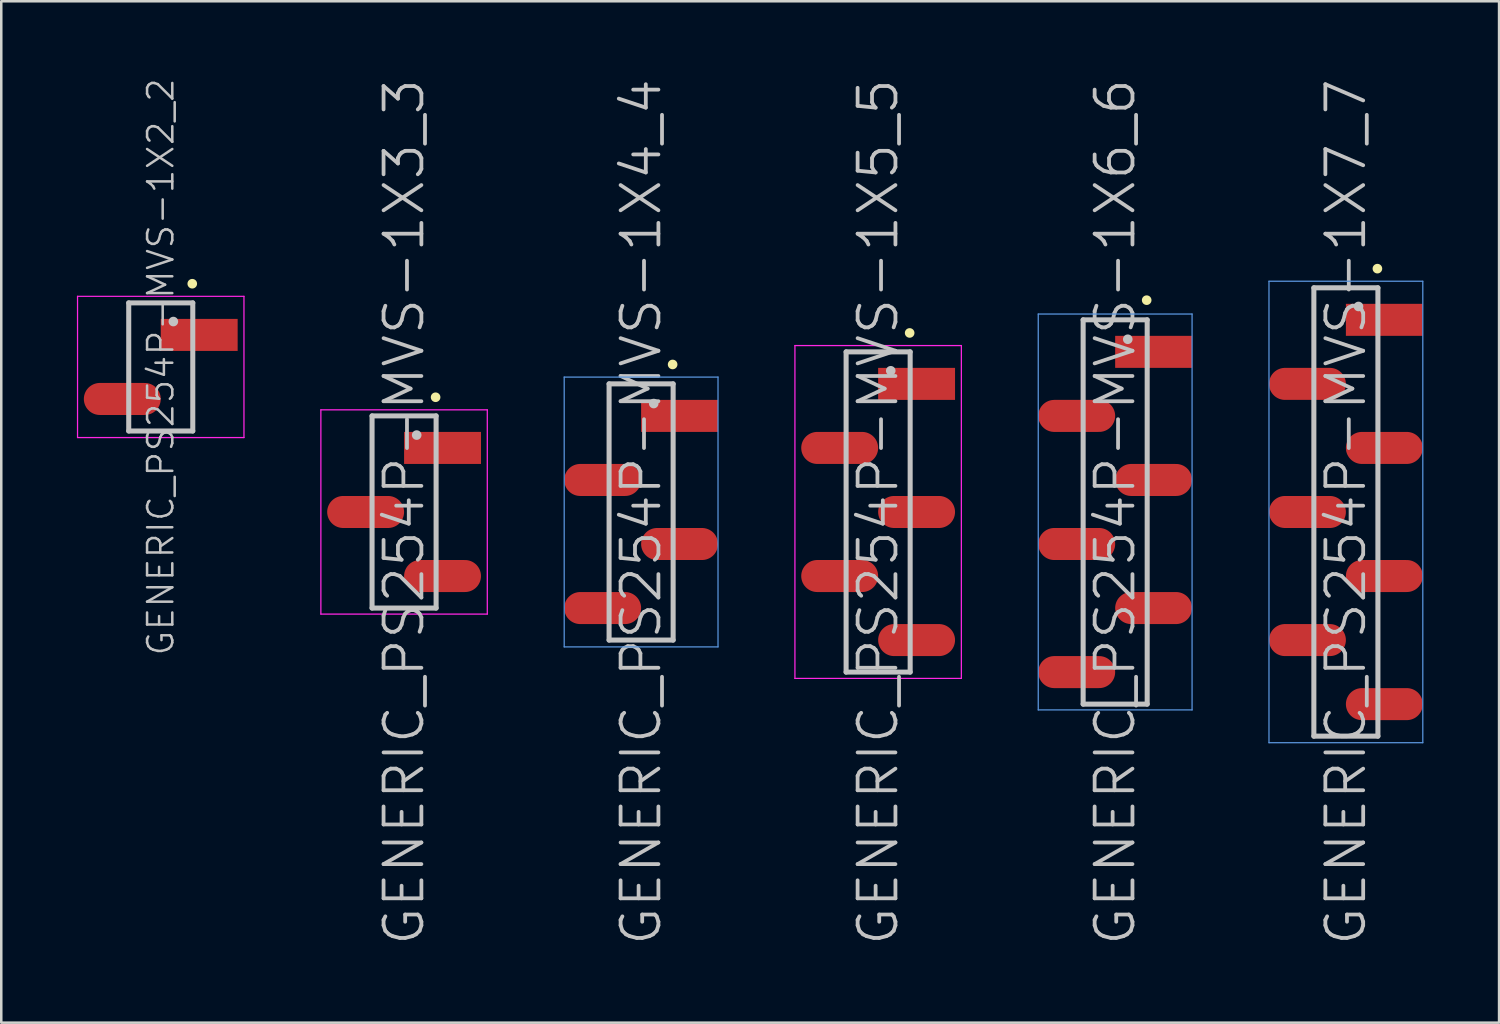
<source format=kicad_pcb>
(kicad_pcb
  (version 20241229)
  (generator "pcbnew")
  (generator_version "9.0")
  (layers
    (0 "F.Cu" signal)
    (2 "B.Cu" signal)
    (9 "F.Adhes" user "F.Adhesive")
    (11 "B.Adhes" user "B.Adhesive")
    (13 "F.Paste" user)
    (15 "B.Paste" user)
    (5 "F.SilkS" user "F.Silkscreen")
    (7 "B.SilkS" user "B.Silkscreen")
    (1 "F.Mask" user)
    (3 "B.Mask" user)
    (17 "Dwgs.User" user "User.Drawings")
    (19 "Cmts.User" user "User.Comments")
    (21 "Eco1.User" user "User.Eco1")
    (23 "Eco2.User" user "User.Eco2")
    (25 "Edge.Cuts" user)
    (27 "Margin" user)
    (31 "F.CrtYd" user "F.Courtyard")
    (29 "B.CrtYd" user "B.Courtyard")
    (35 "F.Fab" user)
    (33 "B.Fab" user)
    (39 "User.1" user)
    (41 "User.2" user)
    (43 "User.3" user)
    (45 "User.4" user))
  (footprint "GENERIC_PS254P-MVS-1X7_7"
    (layer "F.Cu")
    (at 50.325 17.254)
    (property "Reference" "GENERIC_PS254P-MVS-1X7_7" (at 0 0 90) (layer "Dwgs.User") (effects (font (size 1.5 1.5) (thickness 0.15))))
    (attr smd)
    (fp_line (start 1.25 -9.65) (end 1.25 -9.65) (stroke (width 0.381) (type solid)) (layer "F.SilkS"))
    (fp_line (start -1.27 -8.89) (end -1.27 8.89) (stroke (width 0.2) (type solid)) (layer "Dwgs.User"))
    (fp_line (start -1.27 -8.89) (end 1.27 -8.89) (stroke (width 0.2) (type solid)) (layer "Dwgs.User"))
    (fp_line (start -1.27 8.89) (end 1.27 8.89) (stroke (width 0.2) (type solid)) (layer "Dwgs.User"))
    (fp_line (start 0.5 -8.15) (end 0.5 -8.15) (stroke (width 0.381) (type solid)) (layer "Dwgs.User"))
    (fp_line (start 1.27 -8.89) (end 1.27 8.89) (stroke (width 0.2) (type solid)) (layer "Dwgs.User"))
    (fp_line (start -3.05 -9.15) (end -3.05 9.15) (stroke (width 0.05) (type solid)) (layer "Cmts.User"))
    (fp_line (start -3.05 -9.15) (end 3.05 -9.15) (stroke (width 0.05) (type solid)) (layer "Cmts.User"))
    (fp_line (start -3.05 9.15) (end 3.05 9.15) (stroke (width 0.05) (type solid)) (layer "Cmts.User"))
    (fp_line (start 3.05 -9.15) (end 3.05 9.15) (stroke (width 0.05) (type solid)) (layer "Cmts.User"))
    (pad "1" smd rect (at 1.525 -7.62 90) (size 1.27 3.05) (layers "F.Cu" "F.Mask" "F.Paste"))
    (pad "2" smd oval (at -1.525 -5.08 90) (size 1.27 3.05) (layers "F.Cu" "F.Mask" "F.Paste"))
    (pad "3" smd oval (at 1.525 -2.54 90) (size 1.27 3.05) (layers "F.Cu" "F.Mask" "F.Paste"))
    (pad "4" smd oval (at -1.525 0 90) (size 1.27 3.05) (layers "F.Cu" "F.Mask" "F.Paste"))
    (pad "5" smd oval (at 1.525 2.54 90) (size 1.27 3.05) (layers "F.Cu" "F.Mask" "F.Paste"))
    (pad "6" smd oval (at -1.525 5.08 90) (size 1.27 3.05) (layers "F.Cu" "F.Mask" "F.Paste"))
    (pad "7" smd oval (at 1.525 7.62 90) (size 1.27 3.05) (layers "F.Cu" "F.Mask" "F.Paste")))
  (footprint "GENERIC_PS254P-MVS-1X5_5"
    (layer "F.Cu")
    (at 31.775 17.254)
    (property "Reference" "GENERIC_PS254P-MVS-1X5_5" (at 0 0 90) (layer "Dwgs.User") (effects (font (size 1.5 1.5) (thickness 0.15))))
    (attr smd)
    (fp_line (start 1.25 -7.1) (end 1.25 -7.1) (stroke (width 0.381) (type solid)) (layer "F.SilkS"))
    (fp_line (start -1.27 -6.35) (end -1.27 6.35) (stroke (width 0.2) (type solid)) (layer "Dwgs.User"))
    (fp_line (start -1.27 -6.35) (end 1.27 -6.35) (stroke (width 0.2) (type solid)) (layer "Dwgs.User"))
    (fp_line (start -1.27 6.35) (end 1.27 6.35) (stroke (width 0.2) (type solid)) (layer "Dwgs.User"))
    (fp_line (start 0.5 -5.6) (end 0.5 -5.6) (stroke (width 0.381) (type solid)) (layer "Dwgs.User"))
    (fp_line (start 1.27 -6.35) (end 1.27 6.35) (stroke (width 0.2) (type solid)) (layer "Dwgs.User"))
    (fp_line (start -3.3 -6.6) (end -3.3 6.6) (stroke (width 0.05) (type solid)) (layer "F.CrtYd"))
    (fp_line (start -3.3 -6.6) (end 3.3 -6.6) (stroke (width 0.05) (type solid)) (layer "F.CrtYd"))
    (fp_line (start -3.3 6.6) (end 3.3 6.6) (stroke (width 0.05) (type solid)) (layer "F.CrtYd"))
    (fp_line (start 3.3 -6.6) (end 3.3 6.6) (stroke (width 0.05) (type solid)) (layer "F.CrtYd"))
    (pad "1" smd rect (at 1.525 -5.08 90) (size 1.27 3.05) (layers "F.Cu" "F.Mask" "F.Paste"))
    (pad "2" smd oval (at -1.525 -2.54 90) (size 1.27 3.05) (layers "F.Cu" "F.Mask" "F.Paste"))
    (pad "3" smd oval (at 1.525 0 90) (size 1.27 3.05) (layers "F.Cu" "F.Mask" "F.Paste"))
    (pad "4" smd oval (at -1.525 2.54 90) (size 1.27 3.05) (layers "F.Cu" "F.Mask" "F.Paste"))
    (pad "5" smd oval (at 1.525 5.08 90) (size 1.27 3.05) (layers "F.Cu" "F.Mask" "F.Paste")))
  (footprint "GENERIC_PS254P-MVS-1X6_6"
    (layer "F.Cu")
    (at 41.175 17.254)
    (property "Reference" "GENERIC_PS254P-MVS-1X6_6" (at 0 0 90) (layer "Dwgs.User") (effects (font (size 1.5 1.5) (thickness 0.15))))
    (attr smd)
    (fp_line (start 1.25 -8.4) (end 1.25 -8.4) (stroke (width 0.381) (type solid)) (layer "F.SilkS"))
    (fp_line (start -1.27 -7.62) (end -1.27 7.62) (stroke (width 0.2) (type solid)) (layer "Dwgs.User"))
    (fp_line (start -1.27 -7.62) (end 1.27 -7.62) (stroke (width 0.2) (type solid)) (layer "Dwgs.User"))
    (fp_line (start -1.27 7.62) (end 1.27 7.62) (stroke (width 0.2) (type solid)) (layer "Dwgs.User"))
    (fp_line (start 0.5 -6.85) (end 0.5 -6.85) (stroke (width 0.381) (type solid)) (layer "Dwgs.User"))
    (fp_line (start 1.27 -7.62) (end 1.27 7.62) (stroke (width 0.2) (type solid)) (layer "Dwgs.User"))
    (fp_line (start -3.05 -7.85) (end -3.05 7.85) (stroke (width 0.05) (type solid)) (layer "Cmts.User"))
    (fp_line (start -3.05 -7.85) (end 3.05 -7.85) (stroke (width 0.05) (type solid)) (layer "Cmts.User"))
    (fp_line (start -3.05 7.85) (end 3.05 7.85) (stroke (width 0.05) (type solid)) (layer "Cmts.User"))
    (fp_line (start 3.05 -7.85) (end 3.05 7.85) (stroke (width 0.05) (type solid)) (layer "Cmts.User"))
    (pad "1" smd rect (at 1.525 -6.35 90) (size 1.27 3.05) (layers "F.Cu" "F.Mask" "F.Paste"))
    (pad "2" smd oval (at -1.525 -3.81 90) (size 1.27 3.05) (layers "F.Cu" "F.Mask" "F.Paste"))
    (pad "3" smd oval (at 1.525 -1.27 90) (size 1.27 3.05) (layers "F.Cu" "F.Mask" "F.Paste"))
    (pad "4" smd oval (at -1.525 1.27 90) (size 1.27 3.05) (layers "F.Cu" "F.Mask" "F.Paste"))
    (pad "5" smd oval (at 1.525 3.81 90) (size 1.27 3.05) (layers "F.Cu" "F.Mask" "F.Paste"))
    (pad "6" smd oval (at -1.525 6.35 90) (size 1.27 3.05) (layers "F.Cu" "F.Mask" "F.Paste")))
  (footprint "GENERIC_PS254P-MVS-1X3_3"
    (layer "F.Cu")
    (at 12.975 17.254)
    (property "Reference" "GENERIC_PS254P-MVS-1X3_3" (at 0 0 90) (layer "Dwgs.User") (effects (font (size 1.5 1.5) (thickness 0.15))))
    (attr smd)
    (fp_line (start 1.25 -4.55) (end 1.25 -4.55) (stroke (width 0.381) (type solid)) (layer "F.SilkS"))
    (fp_line (start -1.27 -3.81) (end -1.27 3.81) (stroke (width 0.2) (type solid)) (layer "Dwgs.User"))
    (fp_line (start -1.27 -3.81) (end 1.27 -3.81) (stroke (width 0.2) (type solid)) (layer "Dwgs.User"))
    (fp_line (start -1.27 3.81) (end 1.27 3.81) (stroke (width 0.2) (type solid)) (layer "Dwgs.User"))
    (fp_line (start 0.5 -3.05) (end 0.5 -3.05) (stroke (width 0.381) (type solid)) (layer "Dwgs.User"))
    (fp_line (start 1.27 -3.81) (end 1.27 3.81) (stroke (width 0.2) (type solid)) (layer "Dwgs.User"))
    (fp_line (start -3.3 -4.05) (end -3.3 4.05) (stroke (width 0.05) (type solid)) (layer "F.CrtYd"))
    (fp_line (start -3.3 -4.05) (end 3.3 -4.05) (stroke (width 0.05) (type solid)) (layer "F.CrtYd"))
    (fp_line (start -3.3 4.05) (end 3.3 4.05) (stroke (width 0.05) (type solid)) (layer "F.CrtYd"))
    (fp_line (start 3.3 -4.05) (end 3.3 4.05) (stroke (width 0.05) (type solid)) (layer "F.CrtYd"))
    (pad "1" smd rect (at 1.525 -2.54 90) (size 1.27 3.05) (layers "F.Cu" "F.Mask" "F.Paste"))
    (pad "2" smd oval (at -1.525 0 90) (size 1.27 3.05) (layers "F.Cu" "F.Mask" "F.Paste"))
    (pad "3" smd oval (at 1.525 2.54 90) (size 1.27 3.05) (layers "F.Cu" "F.Mask" "F.Paste")))
  (footprint "GENERIC_PS254P-MVS-1X2_2"
    (layer "F.Cu")
    (at 3.325 11.502)
    (property "Reference" "GENERIC_PS254P-MVS-1X2_2" (at 0 0 90) (layer "Dwgs.User") (effects (font (size 1 1) (thickness 0.1))))
    (attr smd)
    (fp_line (start 1.25 -3.3) (end 1.25 -3.3) (stroke (width 0.381) (type solid)) (layer "F.SilkS"))
    (fp_line (start -1.27 -2.54) (end -1.27 2.54) (stroke (width 0.2) (type solid)) (layer "Dwgs.User"))
    (fp_line (start -1.27 -2.54) (end 1.27 -2.54) (stroke (width 0.2) (type solid)) (layer "Dwgs.User"))
    (fp_line (start -1.27 2.54) (end 1.27 2.54) (stroke (width 0.2) (type solid)) (layer "Dwgs.User"))
    (fp_line (start 0.5 -1.8) (end 0.5 -1.8) (stroke (width 0.381) (type solid)) (layer "Dwgs.User"))
    (fp_line (start 1.27 -2.54) (end 1.27 2.54) (stroke (width 0.2) (type solid)) (layer "Dwgs.User"))
    (fp_line (start -3.3 -2.8) (end -3.3 2.8) (stroke (width 0.05) (type solid)) (layer "F.CrtYd"))
    (fp_line (start -3.3 -2.8) (end 3.3 -2.8) (stroke (width 0.05) (type solid)) (layer "F.CrtYd"))
    (fp_line (start -3.3 2.8) (end 3.3 2.8) (stroke (width 0.05) (type solid)) (layer "F.CrtYd"))
    (fp_line (start 3.3 -2.8) (end 3.3 2.8) (stroke (width 0.05) (type solid)) (layer "F.CrtYd"))
    (pad "1" smd rect (at 1.525 -1.27 90) (size 1.27 3.05) (layers "F.Cu" "F.Mask" "F.Paste"))
    (pad "2" smd oval (at -1.525 1.27 90) (size 1.27 3.05) (layers "F.Cu" "F.Mask" "F.Paste")))
  (footprint "GENERIC_PS254P-MVS-1X4_4"
    (layer "F.Cu")
    (at 22.375 17.254)
    (property "Reference" "GENERIC_PS254P-MVS-1X4_4" (at 0 0 90) (layer "Dwgs.User") (effects (font (size 1.5 1.5) (thickness 0.15))))
    (attr smd)
    (fp_line (start 1.25 -5.85) (end 1.25 -5.85) (stroke (width 0.381) (type solid)) (layer "F.SilkS"))
    (fp_line (start -1.27 -5.08) (end -1.27 5.08) (stroke (width 0.2) (type solid)) (layer "Dwgs.User"))
    (fp_line (start -1.27 -5.08) (end 1.27 -5.08) (stroke (width 0.2) (type solid)) (layer "Dwgs.User"))
    (fp_line (start -1.27 5.08) (end 1.27 5.08) (stroke (width 0.2) (type solid)) (layer "Dwgs.User"))
    (fp_line (start 0.5 -4.3) (end 0.5 -4.3) (stroke (width 0.381) (type solid)) (layer "Dwgs.User"))
    (fp_line (start 1.27 -5.08) (end 1.27 5.08) (stroke (width 0.2) (type solid)) (layer "Dwgs.User"))
    (fp_line (start -3.05 -5.35) (end -3.05 5.35) (stroke (width 0.05) (type solid)) (layer "Cmts.User"))
    (fp_line (start -3.05 -5.35) (end 3.05 -5.35) (stroke (width 0.05) (type solid)) (layer "Cmts.User"))
    (fp_line (start -3.05 5.35) (end 3.05 5.35) (stroke (width 0.05) (type solid)) (layer "Cmts.User"))
    (fp_line (start 3.05 -5.35) (end 3.05 5.35) (stroke (width 0.05) (type solid)) (layer "Cmts.User"))
    (pad "1" smd rect (at 1.525 -3.81 90) (size 1.27 3.05) (layers "F.Cu" "F.Mask" "F.Paste"))
    (pad "2" smd oval (at -1.525 -1.27 90) (size 1.27 3.05) (layers "F.Cu" "F.Mask" "F.Paste"))
    (pad "3" smd oval (at 1.525 1.27 90) (size 1.27 3.05) (layers "F.Cu" "F.Mask" "F.Paste"))
    (pad "4" smd oval (at -1.525 3.81 90) (size 1.27 3.05) (layers "F.Cu" "F.Mask" "F.Paste")))
  (gr_rect
    (start -3 -3)
    (end 56.4 37.507)
    (stroke (width 0.1) (type default))
    (fill no)
    (layer "Edge.Cuts")))
</source>
